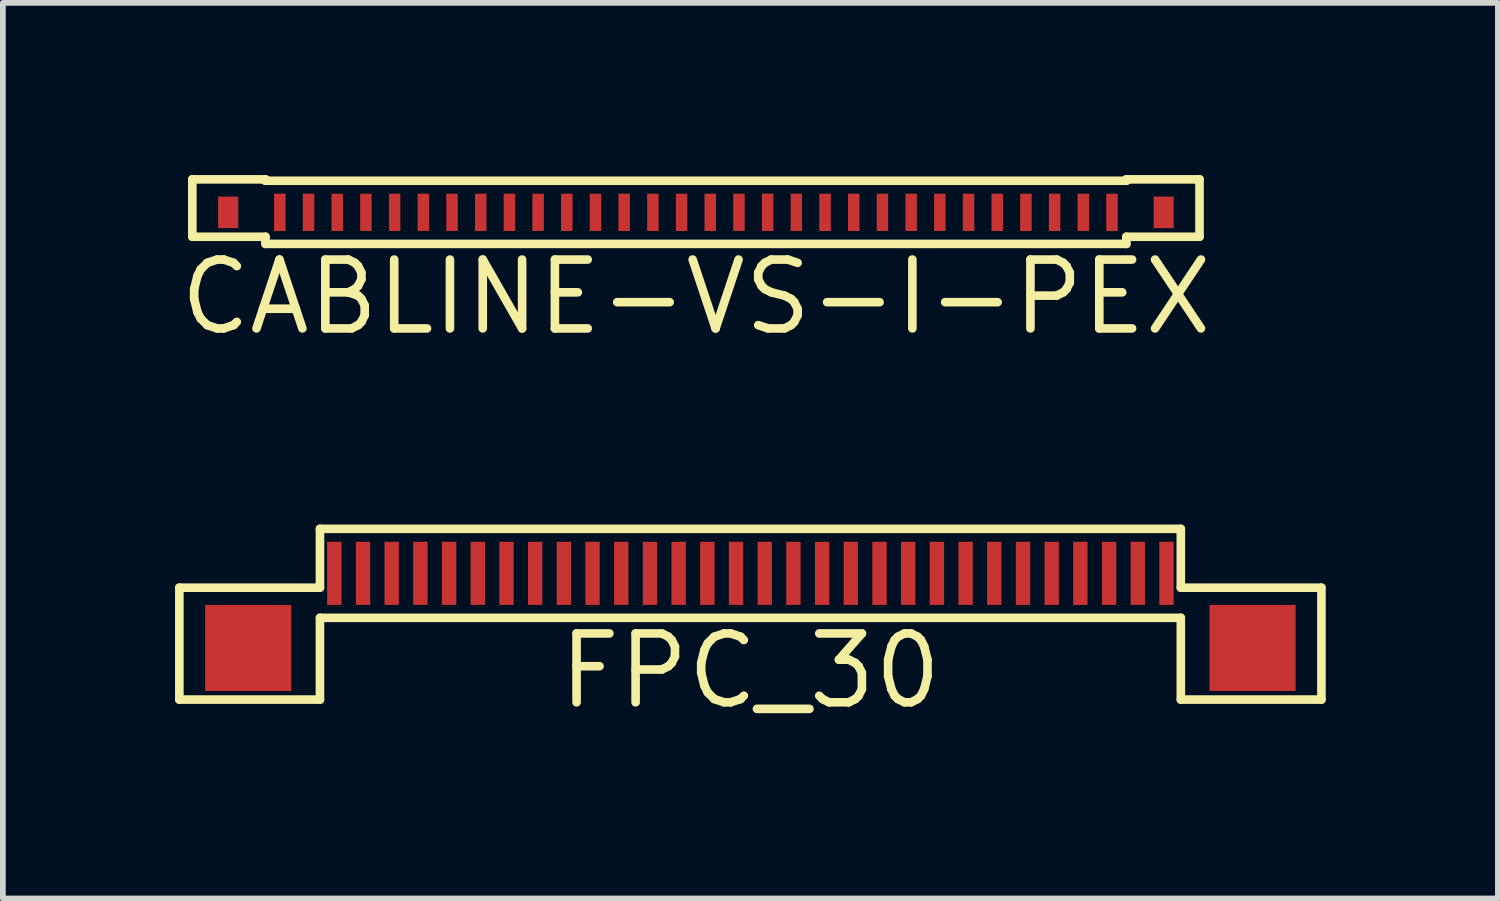
<source format=kicad_pcb>
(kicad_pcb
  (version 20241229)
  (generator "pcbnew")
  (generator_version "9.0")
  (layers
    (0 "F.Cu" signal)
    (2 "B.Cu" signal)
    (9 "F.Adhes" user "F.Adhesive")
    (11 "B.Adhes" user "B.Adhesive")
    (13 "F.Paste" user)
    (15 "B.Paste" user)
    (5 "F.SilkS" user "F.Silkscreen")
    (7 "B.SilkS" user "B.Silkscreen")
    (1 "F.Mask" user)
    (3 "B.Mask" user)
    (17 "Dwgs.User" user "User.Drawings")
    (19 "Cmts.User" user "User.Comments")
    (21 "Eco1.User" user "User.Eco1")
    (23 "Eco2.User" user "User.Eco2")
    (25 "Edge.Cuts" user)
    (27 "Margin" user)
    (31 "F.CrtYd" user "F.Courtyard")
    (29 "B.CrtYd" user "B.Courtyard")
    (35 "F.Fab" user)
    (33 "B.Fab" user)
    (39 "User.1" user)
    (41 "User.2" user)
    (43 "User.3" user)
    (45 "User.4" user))
  (footprint "FPC_30"
    (layer "F.Cu")
    (at 10.025 6.94)
    (property "Reference" "FPC_30" (at 0 1.7 0) (layer "F.SilkS") (effects (font (size 1.2 1.2) (thickness 0.15))))
    (attr through_hole)
    (fp_line (start -9.95 0.25) (end -7.5 0.25) (stroke (width 0.15) (type solid)) (layer "F.SilkS"))
    (fp_line (start -9.95 2.2) (end -9.95 0.25) (stroke (width 0.15) (type solid)) (layer "F.SilkS"))
    (fp_line (start -7.5 -0.775) (end 7.5 -0.775) (stroke (width 0.15) (type solid)) (layer "F.SilkS"))
    (fp_line (start -7.5 0.25) (end -7.5 -0.775) (stroke (width 0.15) (type solid)) (layer "F.SilkS"))
    (fp_line (start -7.5 0.775) (end -7.5 2.2) (stroke (width 0.15) (type solid)) (layer "F.SilkS"))
    (fp_line (start -7.5 0.775) (end 7.5 0.775) (stroke (width 0.15) (type solid)) (layer "F.SilkS"))
    (fp_line (start -7.5 2.2) (end -9.95 2.2) (stroke (width 0.15) (type solid)) (layer "F.SilkS"))
    (fp_line (start 7.5 0.25) (end 7.5 -0.775) (stroke (width 0.15) (type solid)) (layer "F.SilkS"))
    (fp_line (start 7.5 0.775) (end 7.5 2.2) (stroke (width 0.15) (type solid)) (layer "F.SilkS"))
    (fp_line (start 7.5 2.2) (end 9.95 2.2) (stroke (width 0.15) (type solid)) (layer "F.SilkS"))
    (fp_line (start 9.95 0.25) (end 7.5 0.25) (stroke (width 0.15) (type solid)) (layer "F.SilkS"))
    (fp_line (start 9.95 2.2) (end 9.95 0.25) (stroke (width 0.15) (type solid)) (layer "F.SilkS"))
    (pad "0" smd rect (at -8.75 1.3) (size 1.5 1.5) (layers "F.Cu" "F.Mask" "F.Paste"))
    (pad "0" smd rect (at 8.75 1.3) (size 1.5 1.5) (layers "F.Cu" "F.Mask" "F.Paste"))
    (pad "1" smd rect (at -7.25 0) (size 0.25 1.1) (layers "F.Cu" "F.Mask" "F.Paste"))
    (pad "2" smd rect (at -6.75 0) (size 0.25 1.1) (layers "F.Cu" "F.Mask" "F.Paste"))
    (pad "3" smd rect (at -6.25 0) (size 0.25 1.1) (layers "F.Cu" "F.Mask" "F.Paste"))
    (pad "4" smd rect (at -5.75 0) (size 0.25 1.1) (layers "F.Cu" "F.Mask" "F.Paste"))
    (pad "5" smd rect (at -5.25 0) (size 0.25 1.1) (layers "F.Cu" "F.Mask" "F.Paste"))
    (pad "6" smd rect (at -4.75 0) (size 0.25 1.1) (layers "F.Cu" "F.Mask" "F.Paste"))
    (pad "7" smd rect (at -4.25 0) (size 0.25 1.1) (layers "F.Cu" "F.Mask" "F.Paste"))
    (pad "8" smd rect (at -3.75 0) (size 0.25 1.1) (layers "F.Cu" "F.Mask" "F.Paste"))
    (pad "9" smd rect (at -3.25 0) (size 0.25 1.1) (layers "F.Cu" "F.Mask" "F.Paste"))
    (pad "10" smd rect (at -2.75 0) (size 0.25 1.1) (layers "F.Cu" "F.Mask" "F.Paste"))
    (pad "11" smd rect (at -2.25 0) (size 0.25 1.1) (layers "F.Cu" "F.Mask" "F.Paste"))
    (pad "12" smd rect (at -1.75 0) (size 0.25 1.1) (layers "F.Cu" "F.Mask" "F.Paste"))
    (pad "13" smd rect (at -1.25 0) (size 0.25 1.1) (layers "F.Cu" "F.Mask" "F.Paste"))
    (pad "14" smd rect (at -0.75 0) (size 0.25 1.1) (layers "F.Cu" "F.Mask" "F.Paste"))
    (pad "15" smd rect (at -0.25 0) (size 0.25 1.1) (layers "F.Cu" "F.Mask" "F.Paste"))
    (pad "16" smd rect (at 0.25 0) (size 0.25 1.1) (layers "F.Cu" "F.Mask" "F.Paste"))
    (pad "17" smd rect (at 0.75 0) (size 0.25 1.1) (layers "F.Cu" "F.Mask" "F.Paste"))
    (pad "18" smd rect (at 1.25 0) (size 0.25 1.1) (layers "F.Cu" "F.Mask" "F.Paste"))
    (pad "19" smd rect (at 1.75 0) (size 0.25 1.1) (layers "F.Cu" "F.Mask" "F.Paste"))
    (pad "20" smd rect (at 2.25 0) (size 0.25 1.1) (layers "F.Cu" "F.Mask" "F.Paste"))
    (pad "21" smd rect (at 2.75 0) (size 0.25 1.1) (layers "F.Cu" "F.Mask" "F.Paste"))
    (pad "22" smd rect (at 3.25 0) (size 0.25 1.1) (layers "F.Cu" "F.Mask" "F.Paste"))
    (pad "23" smd rect (at 3.75 0) (size 0.25 1.1) (layers "F.Cu" "F.Mask" "F.Paste"))
    (pad "24" smd rect (at 4.25 0) (size 0.25 1.1) (layers "F.Cu" "F.Mask" "F.Paste"))
    (pad "25" smd rect (at 4.75 0) (size 0.25 1.1) (layers "F.Cu" "F.Mask" "F.Paste"))
    (pad "26" smd rect (at 5.25 0) (size 0.25 1.1) (layers "F.Cu" "F.Mask" "F.Paste"))
    (pad "27" smd rect (at 5.75 0) (size 0.25 1.1) (layers "F.Cu" "F.Mask" "F.Paste"))
    (pad "28" smd rect (at 6.25 0) (size 0.25 1.1) (layers "F.Cu" "F.Mask" "F.Paste"))
    (pad "29" smd rect (at 6.75 0) (size 0.25 1.1) (layers "F.Cu" "F.Mask" "F.Paste"))
    (pad "30" smd rect (at 7.25 0) (size 0.25 1.1) (layers "F.Cu" "F.Mask" "F.Paste")))
  (footprint "CABLINE-VS-I-PEX"
    (layer "F.Cu")
    (at 9.076 0.65)
    (property "Reference" "CABLINE-VS-I-PEX" (at 0 1.475 0) (layer "F.SilkS") (effects (font (size 1.2 1.2) (thickness 0.15))))
    (attr through_hole)
    (fp_line (start -8.775 -0.575) (end -7.5 -0.575) (stroke (width 0.15) (type solid)) (layer "F.SilkS"))
    (fp_line (start -8.775 0.425) (end -8.775 -0.575) (stroke (width 0.15) (type solid)) (layer "F.SilkS"))
    (fp_line (start -7.5 -0.575) (end -7.5 -0.55) (stroke (width 0.15) (type solid)) (layer "F.SilkS"))
    (fp_line (start -7.5 -0.55) (end 7.5 -0.55) (stroke (width 0.15) (type solid)) (layer "F.SilkS"))
    (fp_line (start -7.5 0.425) (end -8.775 0.425) (stroke (width 0.15) (type solid)) (layer "F.SilkS"))
    (fp_line (start -7.5 0.55) (end -7.5 0.425) (stroke (width 0.15) (type solid)) (layer "F.SilkS"))
    (fp_line (start -7.5 0.55) (end 7.5 0.55) (stroke (width 0.15) (type solid)) (layer "F.SilkS"))
    (fp_line (start 7.5 -0.575) (end 7.5 -0.55) (stroke (width 0.15) (type solid)) (layer "F.SilkS"))
    (fp_line (start 7.5 0.425) (end 8.775 0.425) (stroke (width 0.15) (type solid)) (layer "F.SilkS"))
    (fp_line (start 7.5 0.55) (end 7.5 0.425) (stroke (width 0.15) (type solid)) (layer "F.SilkS"))
    (fp_line (start 8.775 -0.575) (end 7.5 -0.575) (stroke (width 0.15) (type solid)) (layer "F.SilkS"))
    (fp_line (start 8.775 0.425) (end 8.775 -0.575) (stroke (width 0.15) (type solid)) (layer "F.SilkS"))
    (pad "0" smd rect (at -8.15 0) (size 0.35 0.55) (layers "F.Cu" "F.Mask" "F.Paste"))
    (pad "0" smd rect (at 8.15 0) (size 0.35 0.55) (layers "F.Cu" "F.Mask" "F.Paste"))
    (pad "1" smd rect (at -7.25 0) (size 0.2 0.65) (layers "F.Cu" "F.Mask" "F.Paste"))
    (pad "2" smd rect (at -6.75 0) (size 0.2 0.65) (layers "F.Cu" "F.Mask" "F.Paste"))
    (pad "3" smd rect (at -6.25 0) (size 0.2 0.65) (layers "F.Cu" "F.Mask" "F.Paste"))
    (pad "4" smd rect (at -5.75 0) (size 0.2 0.65) (layers "F.Cu" "F.Mask" "F.Paste"))
    (pad "5" smd rect (at -5.25 0) (size 0.2 0.65) (layers "F.Cu" "F.Mask" "F.Paste"))
    (pad "6" smd rect (at -4.75 0) (size 0.2 0.65) (layers "F.Cu" "F.Mask" "F.Paste"))
    (pad "7" smd rect (at -4.25 0) (size 0.2 0.65) (layers "F.Cu" "F.Mask" "F.Paste"))
    (pad "8" smd rect (at -3.75 0) (size 0.2 0.65) (layers "F.Cu" "F.Mask" "F.Paste"))
    (pad "9" smd rect (at -3.25 0) (size 0.2 0.65) (layers "F.Cu" "F.Mask" "F.Paste"))
    (pad "10" smd rect (at -2.75 0) (size 0.2 0.65) (layers "F.Cu" "F.Mask" "F.Paste"))
    (pad "11" smd rect (at -2.25 0) (size 0.2 0.65) (layers "F.Cu" "F.Mask" "F.Paste"))
    (pad "12" smd rect (at -1.75 0) (size 0.2 0.65) (layers "F.Cu" "F.Mask" "F.Paste"))
    (pad "13" smd rect (at -1.25 0) (size 0.2 0.65) (layers "F.Cu" "F.Mask" "F.Paste"))
    (pad "14" smd rect (at -0.75 0) (size 0.2 0.65) (layers "F.Cu" "F.Mask" "F.Paste"))
    (pad "15" smd rect (at -0.25 0) (size 0.2 0.65) (layers "F.Cu" "F.Mask" "F.Paste"))
    (pad "16" smd rect (at 0.25 0) (size 0.2 0.65) (layers "F.Cu" "F.Mask" "F.Paste"))
    (pad "17" smd rect (at 0.75 0) (size 0.2 0.65) (layers "F.Cu" "F.Mask" "F.Paste"))
    (pad "18" smd rect (at 1.25 0) (size 0.2 0.65) (layers "F.Cu" "F.Mask" "F.Paste"))
    (pad "19" smd rect (at 1.75 0) (size 0.2 0.65) (layers "F.Cu" "F.Mask" "F.Paste"))
    (pad "20" smd rect (at 2.25 0) (size 0.2 0.65) (layers "F.Cu" "F.Mask" "F.Paste"))
    (pad "21" smd rect (at 2.75 0) (size 0.2 0.65) (layers "F.Cu" "F.Mask" "F.Paste"))
    (pad "22" smd rect (at 3.25 0) (size 0.2 0.65) (layers "F.Cu" "F.Mask" "F.Paste"))
    (pad "23" smd rect (at 3.75 0) (size 0.2 0.65) (layers "F.Cu" "F.Mask" "F.Paste"))
    (pad "24" smd rect (at 4.25 0) (size 0.2 0.65) (layers "F.Cu" "F.Mask" "F.Paste"))
    (pad "25" smd rect (at 4.75 0) (size 0.2 0.65) (layers "F.Cu" "F.Mask" "F.Paste"))
    (pad "26" smd rect (at 5.25 0) (size 0.2 0.65) (layers "F.Cu" "F.Mask" "F.Paste"))
    (pad "27" smd rect (at 5.75 0) (size 0.2 0.65) (layers "F.Cu" "F.Mask" "F.Paste"))
    (pad "28" smd rect (at 6.25 0) (size 0.2 0.65) (layers "F.Cu" "F.Mask" "F.Paste"))
    (pad "29" smd rect (at 6.75 0) (size 0.2 0.65) (layers "F.Cu" "F.Mask" "F.Paste"))
    (pad "30" smd rect (at 7.25 0) (size 0.2 0.65) (layers "F.Cu" "F.Mask" "F.Paste")))
  (gr_rect
    (start -3 -3)
    (end 23.05 12.605)
    (stroke (width 0.1) (type default))
    (fill no)
    (layer "Edge.Cuts")))
</source>
